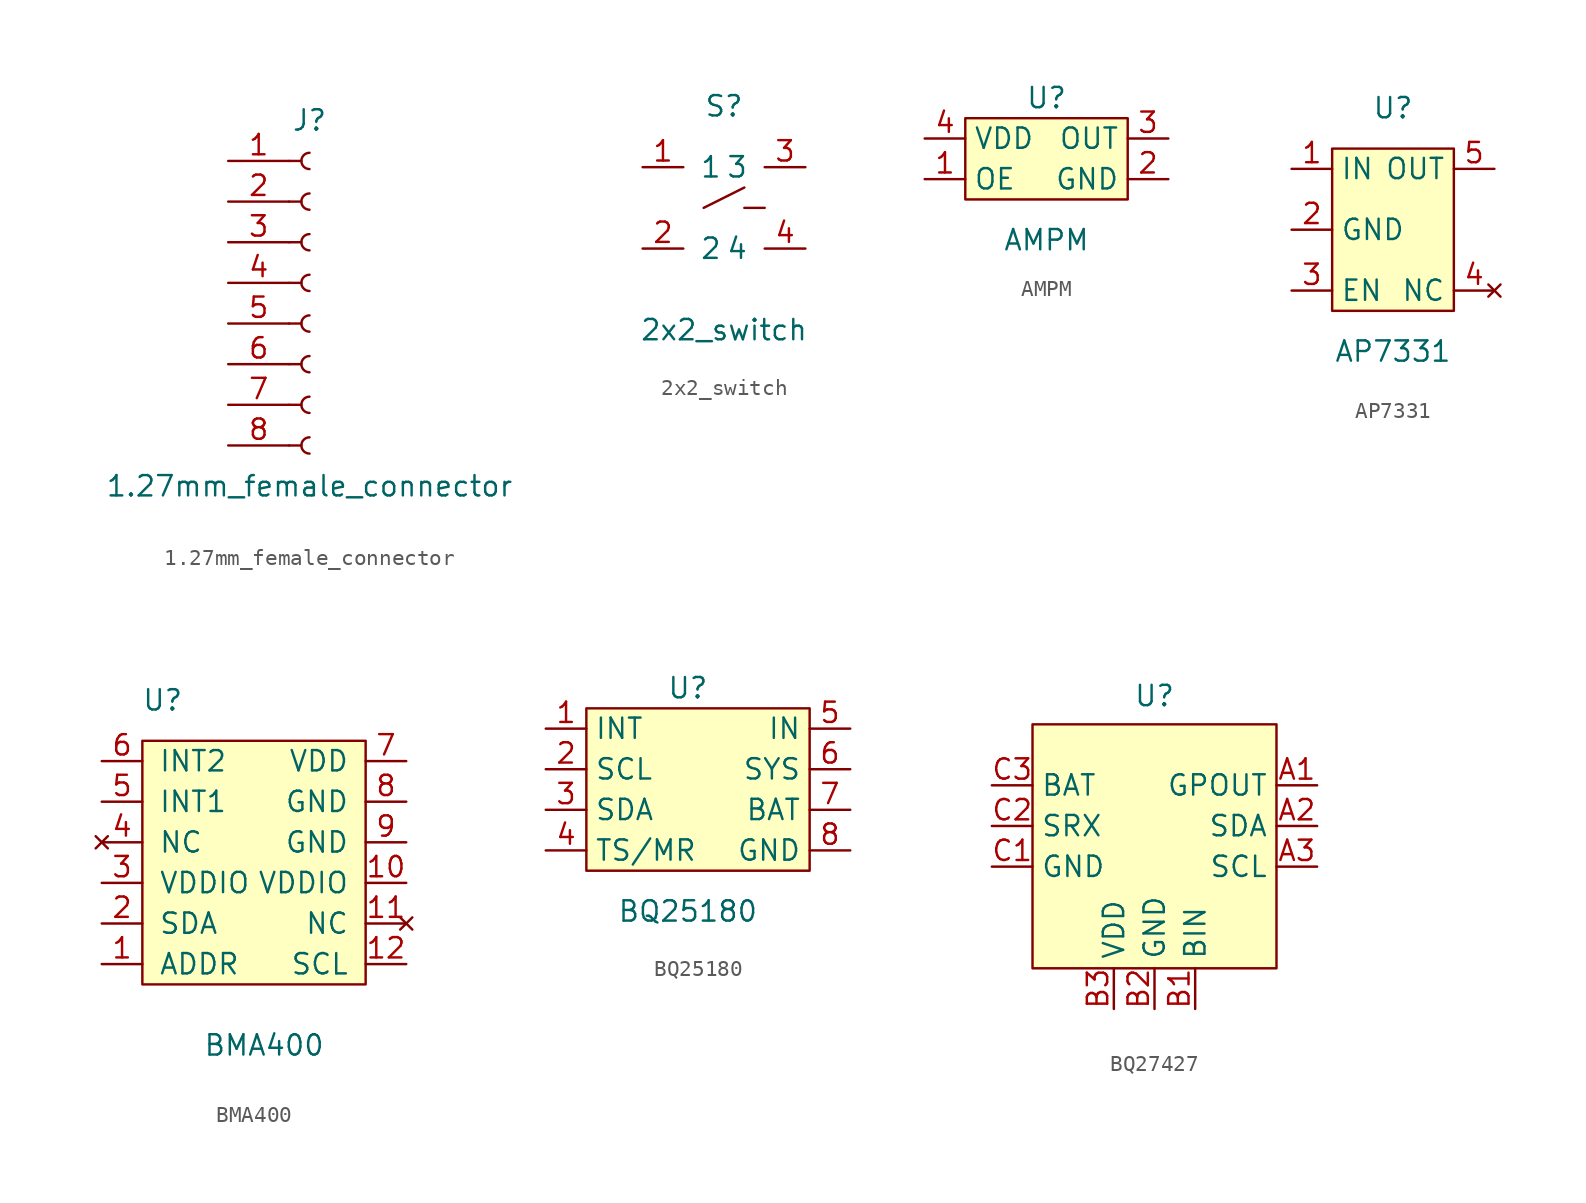
<source format=kicad_sym>
(kicad_symbol_lib
  (version 20231120)
  (generator "kicad_symbol_editor")
  (generator_version "8.0")
  (symbol "1.27mm_female_connector"
    (pin_names
      (offset 1.016) hide)
    (property "Reference" "J"
      (at 0 10.16 0)
      (effects (font (size 1.27 1.27))))
    (property "Value" "1.27mm_female_connector"
      (at 0 -12.7 0)
      (effects (font (size 1.27 1.27))))
    (symbol "1.27mm_female_connector_1_1"
      (arc (start 0 -9.652) (mid -0.5058 -10.16) (end 0 -10.668) (stroke (width 0.1524) (type default)) (fill (type none)))
      (arc (start 0 -7.112) (mid -0.5058 -7.62) (end 0 -8.128) (stroke (width 0.1524) (type default)) (fill (type none)))
      (arc (start 0 -4.572) (mid -0.5058 -5.08) (end 0 -5.588) (stroke (width 0.1524) (type default)) (fill (type none)))
      (arc (start 0 -2.032) (mid -0.5058 -2.54) (end 0 -3.048) (stroke (width 0.1524) (type default)) (fill (type none)))
      (polyline (pts (xy -1.27 -10.16) (xy -0.508 -10.16)) (stroke (width 0.152) (type default)) (fill (type none)))
      (polyline (pts (xy -1.27 -7.62) (xy -0.508 -7.62)) (stroke (width 0.152) (type default)) (fill (type none)))
      (polyline (pts (xy -1.27 -5.08) (xy -0.508 -5.08)) (stroke (width 0.152) (type default)) (fill (type none)))
      (polyline (pts (xy -1.27 -2.54) (xy -0.508 -2.54)) (stroke (width 0.152) (type default)) (fill (type none)))
      (polyline (pts (xy -1.27 0) (xy -0.508 0)) (stroke (width 0.152) (type default)) (fill (type none)))
      (polyline (pts (xy -1.27 2.54) (xy -0.508 2.54)) (stroke (width 0.152) (type default)) (fill (type none)))
      (polyline (pts (xy -1.27 5.08) (xy -0.508 5.08)) (stroke (width 0.152) (type default)) (fill (type none)))
      (polyline (pts (xy -1.27 7.62) (xy -0.508 7.62)) (stroke (width 0.152) (type default)) (fill (type none)))
      (arc (start 0 0.508) (mid -0.5058 0) (end 0 -0.508) (stroke (width 0.1524) (type default)) (fill (type none)))
      (arc (start 0 3.048) (mid -0.5058 2.54) (end 0 2.032) (stroke (width 0.1524) (type default)) (fill (type none)))
      (arc (start 0 5.588) (mid -0.5058 5.08) (end 0 4.572) (stroke (width 0.1524) (type default)) (fill (type none)))
      (arc (start 0 8.128) (mid -0.5058 7.62) (end 0 7.112) (stroke (width 0.1524) (type default)) (fill (type none)))
      (pin passive line (at -5.08 7.62 0) (length 3.81) (name "Pin_1" (effects (font (size 1.27 1.27)))) (number "1" (effects (font (size 1.27 1.27)))))
      (pin passive line (at -5.08 5.08 0) (length 3.81) (name "Pin_2" (effects (font (size 1.27 1.27)))) (number "2" (effects (font (size 1.27 1.27)))))
      (pin passive line (at -5.08 2.54 0) (length 3.81) (name "Pin_3" (effects (font (size 1.27 1.27)))) (number "3" (effects (font (size 1.27 1.27)))))
      (pin passive line (at -5.08 0 0) (length 3.81) (name "Pin_4" (effects (font (size 1.27 1.27)))) (number "4" (effects (font (size 1.27 1.27)))))
      (pin passive line (at -5.08 -2.54 0) (length 3.81) (name "Pin_5" (effects (font (size 1.27 1.27)))) (number "5" (effects (font (size 1.27 1.27)))))
      (pin passive line (at -5.08 -5.08 0) (length 3.81) (name "Pin_6" (effects (font (size 1.27 1.27)))) (number "6" (effects (font (size 1.27 1.27)))))
      (pin passive line (at -5.08 -7.62 0) (length 3.81) (name "Pin_7" (effects (font (size 1.27 1.27)))) (number "7" (effects (font (size 1.27 1.27)))))
      (pin passive line (at -5.08 -10.16 0) (length 3.81) (name "Pin_8" (effects (font (size 1.27 1.27)))) (number "8" (effects (font (size 1.27 1.27)))))))
  (symbol "2x2_switch"
    (pin_names
      (offset 1.016))
    (property "Reference" "S"
      (at 0 10.16 0)
      (effects (font (size 1.27 1.27))))
    (property "Value" "2x2_switch"
      (at 0 -3.81 0)
      (effects (font (size 1.27 1.27))))
    (symbol "2x2_switch_0_1"
      (polyline (pts (xy -1.27 3.81) (xy 1.27 5.08)) (stroke (width 0) (type default)) (fill (type none)))
      (polyline (pts (xy 1.27 3.81) (xy 2.54 3.81)) (stroke (width 0) (type default)) (fill (type none))))
    (symbol "2x2_switch_1_1"
      (pin input line (at -5.08 6.35 0) (length 2.54) (name "1" (effects (font (size 1.27 1.27)))) (number "1" (effects (font (size 1.27 1.27)))))
      (pin input line (at -5.08 1.27 0) (length 2.54) (name "2" (effects (font (size 1.27 1.27)))) (number "2" (effects (font (size 1.27 1.27)))))
      (pin input line (at 5.08 6.35 180) (length 2.54) (name "3" (effects (font (size 1.27 1.27)))) (number "3" (effects (font (size 1.27 1.27)))))
      (pin input line (at 5.08 1.27 180) (length 2.54) (name "4" (effects (font (size 1.27 1.27)))) (number "4" (effects (font (size 1.27 1.27)))))))
  (symbol "AMPM"
    (property "Reference" "U"
      (at 0 7.62 0)
      (effects (font (size 1.27 1.27))))
    (property "Value" "AMPM"
      (at 0 -1.27 0)
      (effects (font (size 1.27 1.27))))
    (symbol "AMPM_0_1"
      (rectangle (start 5.08 6.35) (end -5.08 1.27) (stroke (width 0.152) (type default)) (fill (type background))))
    (symbol "AMPM_1_1"
      (pin power_in line (at -7.62 2.54 0) (length 2.54) (name "OE" (effects (font (size 1.27 1.27)))) (number "1" (effects (font (size 1.27 1.27)))))
      (pin power_in line (at 7.62 2.54 180) (length 2.54) (name "GND" (effects (font (size 1.27 1.27)))) (number "2" (effects (font (size 1.27 1.27)))))
      (pin output line (at 7.62 5.08 180) (length 2.54) (name "OUT" (effects (font (size 1.27 1.27)))) (number "3" (effects (font (size 1.27 1.27)))))
      (pin power_in line (at -7.62 5.08 0) (length 2.54) (name "VDD" (effects (font (size 1.27 1.27)))) (number "4" (effects (font (size 1.27 1.27)))))))
  (symbol "AP7331"
    (property "Reference" "U"
      (at 0 8.89 0)
      (effects (font (size 1.27 1.27))))
    (property "Value" "AP7331"
      (at 0 -6.35 0)
      (effects (font (size 1.27 1.27))))
    (symbol "AP7331_0_1"
      (rectangle (start 3.81 6.35) (end -3.81 -3.81) (stroke (width 0.152) (type default)) (fill (type background))))
    (symbol "AP7331_1_1"
      (pin power_in line (at -6.35 5.08 0) (length 2.54) (name "IN" (effects (font (size 1.27 1.27)))) (number "1" (effects (font (size 1.27 1.27)))))
      (pin power_in line (at -6.35 1.27 0) (length 2.54) (name "GND" (effects (font (size 1.27 1.27)))) (number "2" (effects (font (size 1.27 1.27)))))
      (pin input line (at -6.35 -2.54 0) (length 2.54) (name "EN" (effects (font (size 1.27 1.27)))) (number "3" (effects (font (size 1.27 1.27)))))
      (pin no_connect line (at 6.35 -2.54 180) (length 2.54) (name "NC" (effects (font (size 1.27 1.27)))) (number "4" (effects (font (size 1.27 1.27)))))
      (pin input line (at 6.35 5.08 180) (length 2.54) (name "OUT" (effects (font (size 1.27 1.27)))) (number "5" (effects (font (size 1.27 1.27)))))))
  (symbol "BMA400"
    (pin_names
      (offset 1.016))
    (property "Reference" "U"
      (at -6.35 19.05 0)
      (effects (font (size 1.27 1.27))))
    (property "Value" "BMA400"
      (at 0 -2.54 0)
      (effects (font (size 1.27 1.27))))
    (symbol "BMA400_0_1"
      (rectangle (start -7.62 16.51) (end 6.35 1.27) (stroke (width 0) (type default)) (fill (type background))))
    (symbol "BMA400_1_1"
      (pin input line (at -10.16 2.54 0) (length 2.54) (name "ADDR" (effects (font (size 1.27 1.27)))) (number "1" (effects (font (size 1.27 1.27)))))
      (pin input line (at 8.89 7.62 180) (length 2.54) (name "VDDIO" (effects (font (size 1.27 1.27)))) (number "10" (effects (font (size 1.27 1.27)))))
      (pin no_connect line (at 8.89 5.08 180) (length 2.54) (name "NC" (effects (font (size 1.27 1.27)))) (number "11" (effects (font (size 1.27 1.27)))))
      (pin input line (at 8.89 2.54 180) (length 2.54) (name "SCL" (effects (font (size 1.27 1.27)))) (number "12" (effects (font (size 1.27 1.27)))))
      (pin input line (at -10.16 5.08 0) (length 2.54) (name "SDA" (effects (font (size 1.27 1.27)))) (number "2" (effects (font (size 1.27 1.27)))))
      (pin input line (at -10.16 7.62 0) (length 2.54) (name "VDDIO" (effects (font (size 1.27 1.27)))) (number "3" (effects (font (size 1.27 1.27)))))
      (pin no_connect line (at -10.16 10.16 0) (length 2.54) (name "NC" (effects (font (size 1.27 1.27)))) (number "4" (effects (font (size 1.27 1.27)))))
      (pin input line (at -10.16 12.7 0) (length 2.54) (name "INT1" (effects (font (size 1.27 1.27)))) (number "5" (effects (font (size 1.27 1.27)))))
      (pin input line (at -10.16 15.24 0) (length 2.54) (name "INT2" (effects (font (size 1.27 1.27)))) (number "6" (effects (font (size 1.27 1.27)))))
      (pin input line (at 8.89 15.24 180) (length 2.54) (name "VDD" (effects (font (size 1.27 1.27)))) (number "7" (effects (font (size 1.27 1.27)))))
      (pin input line (at 8.89 12.7 180) (length 2.54) (name "GND" (effects (font (size 1.27 1.27)))) (number "8" (effects (font (size 1.27 1.27)))))
      (pin input line (at 8.89 10.16 180) (length 2.54) (name "GND" (effects (font (size 1.27 1.27)))) (number "9" (effects (font (size 1.27 1.27)))))))
  (symbol "BQ25180"
    (property "Reference" "U"
      (at 0 7.62 0)
      (effects (font (size 1.27 1.27))))
    (property "Value" "BQ25180"
      (at 0 -6.35 0)
      (effects (font (size 1.27 1.27))))
    (symbol "BQ25180_0_1"
      (rectangle (start -6.35 6.35) (end 7.62 -3.81) (stroke (width 0.152) (type default)) (fill (type background))))
    (symbol "BQ25180_1_1"
      (pin input line (at -8.89 5.08 0) (length 2.54) (name "INT" (effects (font (size 1.27 1.27)))) (number "1" (effects (font (size 1.27 1.27)))))
      (pin input line (at -8.89 2.54 0) (length 2.54) (name "SCL" (effects (font (size 1.27 1.27)))) (number "2" (effects (font (size 1.27 1.27)))))
      (pin input line (at -8.89 0 0) (length 2.54) (name "SDA" (effects (font (size 1.27 1.27)))) (number "3" (effects (font (size 1.27 1.27)))))
      (pin input line (at -8.89 -2.54 0) (length 2.54) (name "TS/MR" (effects (font (size 1.27 1.27)))) (number "4" (effects (font (size 1.27 1.27)))))
      (pin input line (at 10.16 5.08 180) (length 2.54) (name "IN" (effects (font (size 1.27 1.27)))) (number "5" (effects (font (size 1.27 1.27)))))
      (pin input line (at 10.16 2.54 180) (length 2.54) (name "SYS" (effects (font (size 1.27 1.27)))) (number "6" (effects (font (size 1.27 1.27)))))
      (pin input line (at 10.16 0 180) (length 2.54) (name "BAT" (effects (font (size 1.27 1.27)))) (number "7" (effects (font (size 1.27 1.27)))))
      (pin input line (at 10.16 -2.54 180) (length 2.54) (name "GND" (effects (font (size 1.27 1.27)))) (number "8" (effects (font (size 1.27 1.27)))))))
  (symbol "BQ27427"
    (property "Reference" "U"
      (at 0 13.208 0)
      (effects (font (size 1.27 1.27))))
    (property "Value" ""
      (at -2.54 -3.81 0)
      (effects (font (size 1.27 1.27))))
    (symbol "BQ27427_1_1"
      (rectangle (start -7.62 11.43) (end 7.62 -3.81) (stroke (width 0) (type default)) (fill (type background)))
      (pin input line (at 10.16 7.62 180) (length 2.54) (name "GPOUT" (effects (font (size 1.27 1.27)))) (number "A1" (effects (font (size 1.27 1.27)))))
      (pin input line (at 10.16 5.08 180) (length 2.54) (name "SDA" (effects (font (size 1.27 1.27)))) (number "A2" (effects (font (size 1.27 1.27)))))
      (pin input line (at 10.16 2.54 180) (length 2.54) (name "SCL" (effects (font (size 1.27 1.27)))) (number "A3" (effects (font (size 1.27 1.27)))))
      (pin input line (at 2.54 -6.35 90) (length 2.54) (name "BIN" (effects (font (size 1.27 1.27)))) (number "B1" (effects (font (size 1.27 1.27)))))
      (pin input line (at 0 -6.35 90) (length 2.54) (name "GND" (effects (font (size 1.27 1.27)))) (number "B2" (effects (font (size 1.27 1.27)))))
      (pin input line (at -2.54 -6.35 90) (length 2.54) (name "VDD" (effects (font (size 1.27 1.27)))) (number "B3" (effects (font (size 1.27 1.27)))))
      (pin input line (at -10.16 2.54 0) (length 2.54) (name "GND" (effects (font (size 1.27 1.27)))) (number "C1" (effects (font (size 1.27 1.27)))))
      (pin input line (at -10.16 5.08 0) (length 2.54) (name "SRX" (effects (font (size 1.27 1.27)))) (number "C2" (effects (font (size 1.27 1.27)))))
      (pin input line (at -10.16 7.62 0) (length 2.54) (name "BAT" (effects (font (size 1.27 1.27)))) (number "C3" (effects (font (size 1.27 1.27))))))))
</source>
